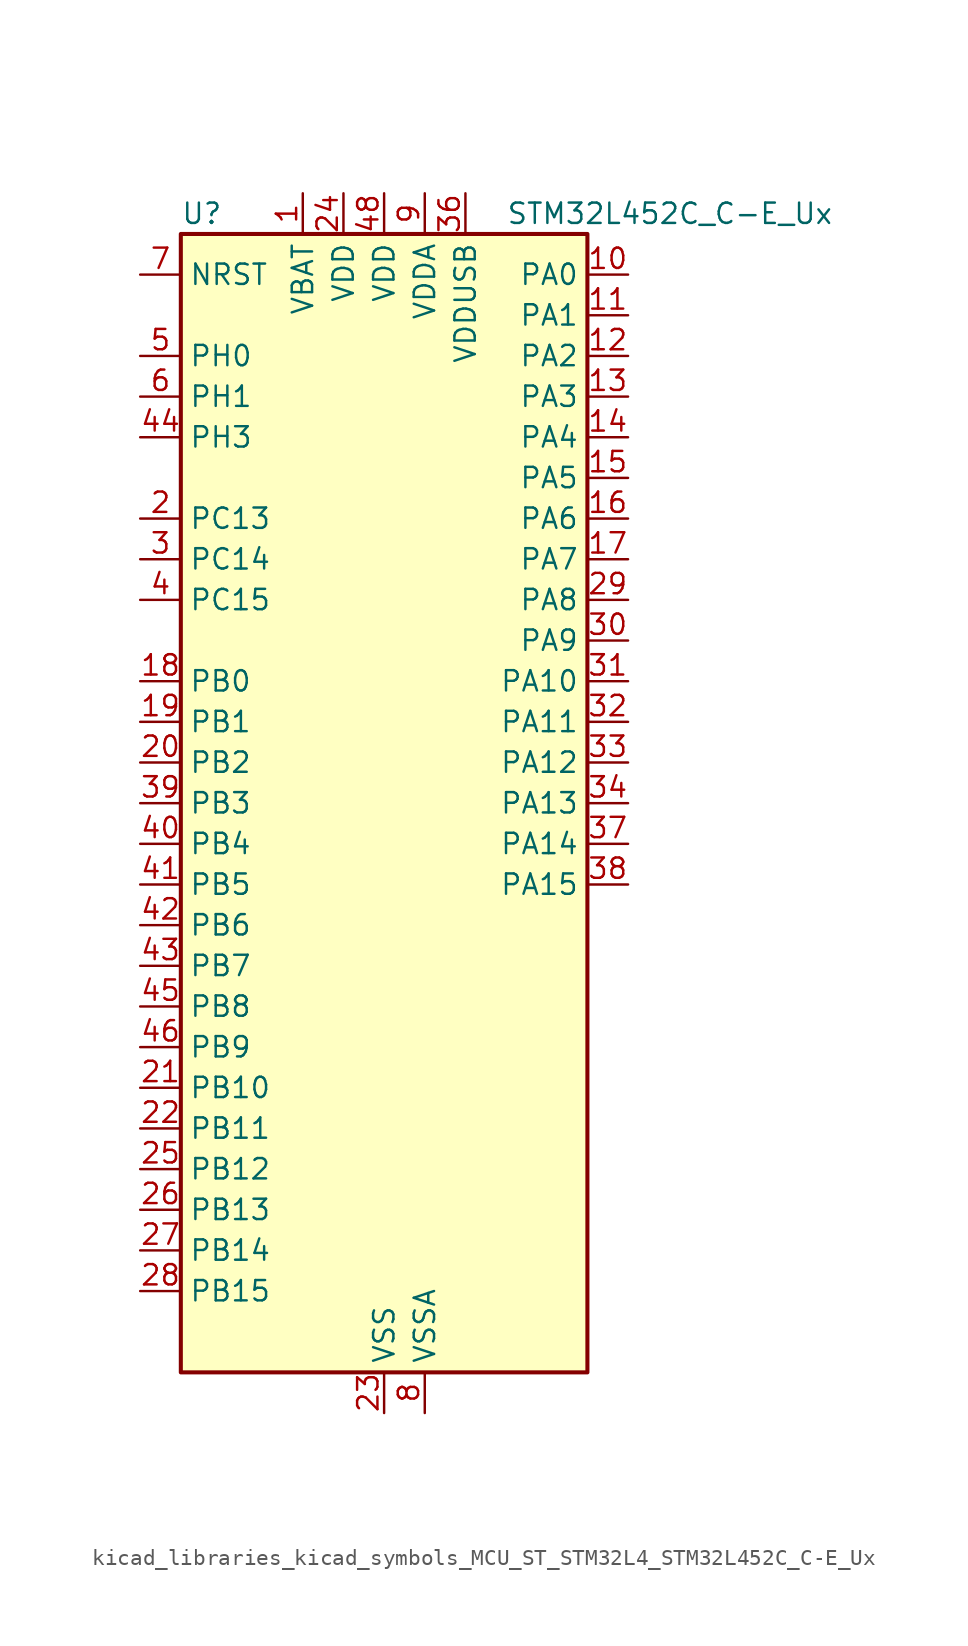
<source format=kicad_sym>
(kicad_symbol_lib
  (version 20220914)
  (generator kicad_symbol_editor)
  (symbol "kicad_libraries_kicad_symbols_MCU_ST_STM32L4_STM32L452C_C-E_Ux"
    (property "Reference" "U"
      (at -12.7 36.83 0)
      (effects (font (size 1.27 1.27)) (justify left)))
    (property "Value" "STM32L452C_C-E_Ux"
      (at 7.62 36.83 0)
      (effects (font (size 1.27 1.27)) (justify left)))
    (property "ki_locked" ""
      (at 0 0 0)
      (effects (font (size 1.27 1.27))))
    (symbol "kicad_libraries_kicad_symbols_MCU_ST_STM32L4_STM32L452C_C-E_Ux_0_1"
      (rectangle (start -12.7 -35.56) (end 12.7 35.56) (stroke (width 0.254) (type default)) (fill (type background))))
    (symbol "kicad_libraries_kicad_symbols_MCU_ST_STM32L4_STM32L452C_C-E_Ux_1_1"
      (pin power_in line (at -5.08 38.1 270) (length 2.54) (name "VBAT" (effects (font (size 1.27 1.27)))) (number "1" (effects (font (size 1.27 1.27)))))
      (pin bidirectional line (at 15.24 33.02 180) (length 2.54) (name "PA0" (effects (font (size 1.27 1.27)))) (number "10" (effects (font (size 1.27 1.27)))) (alternate "ADC1_IN5" bidirectional line) (alternate "COMP1_INM" bidirectional line) (alternate "COMP1_OUT" bidirectional line) (alternate "OPAMP1_VINP" bidirectional line) (alternate "RTC_TAMP2" bidirectional line) (alternate "SAI1_EXTCLK" bidirectional line) (alternate "SYS_WKUP1" bidirectional line) (alternate "TIM2_CH1" bidirectional line) (alternate "TIM2_ETR" bidirectional line) (alternate "UART4_TX" bidirectional line) (alternate "USART2_CTS" bidirectional line))
      (pin bidirectional line (at 15.24 30.48 180) (length 2.54) (name "PA1" (effects (font (size 1.27 1.27)))) (number "11" (effects (font (size 1.27 1.27)))) (alternate "ADC1_IN6" bidirectional line) (alternate "COMP1_INP" bidirectional line) (alternate "I2C1_SMBA" bidirectional line) (alternate "OPAMP1_VINM" bidirectional line) (alternate "SPI1_SCK" bidirectional line) (alternate "TIM15_CH1N" bidirectional line) (alternate "TIM2_CH2" bidirectional line) (alternate "UART4_RX" bidirectional line) (alternate "USART2_DE" bidirectional line) (alternate "USART2_RTS" bidirectional line))
      (pin bidirectional line (at 15.24 27.94 180) (length 2.54) (name "PA2" (effects (font (size 1.27 1.27)))) (number "12" (effects (font (size 1.27 1.27)))) (alternate "ADC1_IN7" bidirectional line) (alternate "COMP2_INM" bidirectional line) (alternate "COMP2_OUT" bidirectional line) (alternate "LPUART1_TX" bidirectional line) (alternate "QUADSPI_BK1_NCS" bidirectional line) (alternate "RCC_LSCO" bidirectional line) (alternate "SYS_WKUP4" bidirectional line) (alternate "TIM15_CH1" bidirectional line) (alternate "TIM2_CH3" bidirectional line) (alternate "USART2_TX" bidirectional line))
      (pin bidirectional line (at 15.24 25.4 180) (length 2.54) (name "PA3" (effects (font (size 1.27 1.27)))) (number "13" (effects (font (size 1.27 1.27)))) (alternate "ADC1_IN8" bidirectional line) (alternate "COMP2_INP" bidirectional line) (alternate "LPUART1_RX" bidirectional line) (alternate "OPAMP1_VOUT" bidirectional line) (alternate "QUADSPI_CLK" bidirectional line) (alternate "SAI1_MCLK_A" bidirectional line) (alternate "TIM15_CH2" bidirectional line) (alternate "TIM2_CH4" bidirectional line) (alternate "USART2_RX" bidirectional line))
      (pin bidirectional line (at 15.24 22.86 180) (length 2.54) (name "PA4" (effects (font (size 1.27 1.27)))) (number "14" (effects (font (size 1.27 1.27)))) (alternate "ADC1_IN9" bidirectional line) (alternate "COMP1_INM" bidirectional line) (alternate "COMP2_INM" bidirectional line) (alternate "DAC1_OUT1" bidirectional line) (alternate "LPTIM2_OUT" bidirectional line) (alternate "SAI1_FS_B" bidirectional line) (alternate "SPI1_NSS" bidirectional line) (alternate "SPI3_NSS" bidirectional line) (alternate "USART2_CK" bidirectional line))
      (pin bidirectional line (at 15.24 20.32 180) (length 2.54) (name "PA5" (effects (font (size 1.27 1.27)))) (number "15" (effects (font (size 1.27 1.27)))) (alternate "ADC1_IN10" bidirectional line) (alternate "COMP1_INM" bidirectional line) (alternate "COMP2_INM" bidirectional line) (alternate "DFSDM1_CKOUT" bidirectional line) (alternate "LPTIM2_ETR" bidirectional line) (alternate "SPI1_SCK" bidirectional line) (alternate "TIM2_CH1" bidirectional line) (alternate "TIM2_ETR" bidirectional line))
      (pin bidirectional line (at 15.24 17.78 180) (length 2.54) (name "PA6" (effects (font (size 1.27 1.27)))) (number "16" (effects (font (size 1.27 1.27)))) (alternate "ADC1_IN11" bidirectional line) (alternate "COMP1_OUT" bidirectional line) (alternate "LPUART1_CTS" bidirectional line) (alternate "QUADSPI_BK1_IO3" bidirectional line) (alternate "SPI1_MISO" bidirectional line) (alternate "TIM16_CH1" bidirectional line) (alternate "TIM1_BKIN" bidirectional line) (alternate "TIM1_BKIN_COMP2" bidirectional line) (alternate "TIM3_CH1" bidirectional line) (alternate "USART3_CTS" bidirectional line))
      (pin bidirectional line (at 15.24 15.24 180) (length 2.54) (name "PA7" (effects (font (size 1.27 1.27)))) (number "17" (effects (font (size 1.27 1.27)))) (alternate "ADC1_IN12" bidirectional line) (alternate "COMP2_OUT" bidirectional line) (alternate "DFSDM1_DATIN0" bidirectional line) (alternate "I2C3_SCL" bidirectional line) (alternate "QUADSPI_BK1_IO2" bidirectional line) (alternate "SPI1_MOSI" bidirectional line) (alternate "TIM1_CH1N" bidirectional line) (alternate "TIM3_CH2" bidirectional line))
      (pin bidirectional line (at -15.24 7.62 0) (length 2.54) (name "PB0" (effects (font (size 1.27 1.27)))) (number "18" (effects (font (size 1.27 1.27)))) (alternate "ADC1_IN15" bidirectional line) (alternate "COMP1_OUT" bidirectional line) (alternate "DFSDM1_CKIN0" bidirectional line) (alternate "QUADSPI_BK1_IO1" bidirectional line) (alternate "SAI1_EXTCLK" bidirectional line) (alternate "SPI1_NSS" bidirectional line) (alternate "TIM1_CH2N" bidirectional line) (alternate "TIM3_CH3" bidirectional line) (alternate "USART3_CK" bidirectional line))
      (pin bidirectional line (at -15.24 5.08 0) (length 2.54) (name "PB1" (effects (font (size 1.27 1.27)))) (number "19" (effects (font (size 1.27 1.27)))) (alternate "ADC1_IN16" bidirectional line) (alternate "COMP1_INM" bidirectional line) (alternate "DFSDM1_DATIN0" bidirectional line) (alternate "LPTIM2_IN1" bidirectional line) (alternate "LPUART1_DE" bidirectional line) (alternate "LPUART1_RTS" bidirectional line) (alternate "QUADSPI_BK1_IO0" bidirectional line) (alternate "TIM1_CH3N" bidirectional line) (alternate "TIM3_CH4" bidirectional line) (alternate "USART3_DE" bidirectional line) (alternate "USART3_RTS" bidirectional line))
      (pin bidirectional line (at -15.24 17.78 0) (length 2.54) (name "PC13" (effects (font (size 1.27 1.27)))) (number "2" (effects (font (size 1.27 1.27)))) (alternate "RTC_OUT_ALARM" bidirectional line) (alternate "RTC_OUT_CALIB" bidirectional line) (alternate "RTC_TAMP1" bidirectional line) (alternate "RTC_TS" bidirectional line) (alternate "SYS_WKUP2" bidirectional line))
      (pin bidirectional line (at -15.24 2.54 0) (length 2.54) (name "PB2" (effects (font (size 1.27 1.27)))) (number "20" (effects (font (size 1.27 1.27)))) (alternate "COMP1_INP" bidirectional line) (alternate "DFSDM1_CKIN0" bidirectional line) (alternate "I2C3_SMBA" bidirectional line) (alternate "LPTIM1_OUT" bidirectional line) (alternate "RTC_OUT_ALARM" bidirectional line) (alternate "RTC_OUT_CALIB" bidirectional line))
      (pin bidirectional line (at -15.24 -17.78 0) (length 2.54) (name "PB10" (effects (font (size 1.27 1.27)))) (number "21" (effects (font (size 1.27 1.27)))) (alternate "COMP1_OUT" bidirectional line) (alternate "I2C2_SCL" bidirectional line) (alternate "I2C4_SCL" bidirectional line) (alternate "LPUART1_RX" bidirectional line) (alternate "QUADSPI_CLK" bidirectional line) (alternate "SAI1_SCK_A" bidirectional line) (alternate "SPI2_SCK" bidirectional line) (alternate "TIM2_CH3" bidirectional line) (alternate "TSC_SYNC" bidirectional line) (alternate "USART3_TX" bidirectional line))
      (pin bidirectional line (at -15.24 -20.32 0) (length 2.54) (name "PB11" (effects (font (size 1.27 1.27)))) (number "22" (effects (font (size 1.27 1.27)))) (alternate "ADC1_EXTI11" bidirectional line) (alternate "COMP2_OUT" bidirectional line) (alternate "I2C2_SDA" bidirectional line) (alternate "I2C4_SDA" bidirectional line) (alternate "LPUART1_TX" bidirectional line) (alternate "QUADSPI_BK1_NCS" bidirectional line) (alternate "TIM2_CH4" bidirectional line) (alternate "USART3_RX" bidirectional line))
      (pin power_in line (at 0 -38.1 90) (length 2.54) (name "VSS" (effects (font (size 1.27 1.27)))) (number "23" (effects (font (size 1.27 1.27)))))
      (pin power_in line (at -2.54 38.1 270) (length 2.54) (name "VDD" (effects (font (size 1.27 1.27)))) (number "24" (effects (font (size 1.27 1.27)))))
      (pin bidirectional line (at -15.24 -22.86 0) (length 2.54) (name "PB12" (effects (font (size 1.27 1.27)))) (number "25" (effects (font (size 1.27 1.27)))) (alternate "CAN1_RX" bidirectional line) (alternate "DFSDM1_DATIN1" bidirectional line) (alternate "I2C2_SMBA" bidirectional line) (alternate "LPUART1_DE" bidirectional line) (alternate "LPUART1_RTS" bidirectional line) (alternate "SAI1_FS_A" bidirectional line) (alternate "SPI2_NSS" bidirectional line) (alternate "TIM15_BKIN" bidirectional line) (alternate "TIM1_BKIN" bidirectional line) (alternate "TIM1_BKIN_COMP2" bidirectional line) (alternate "TSC_G1_IO1" bidirectional line) (alternate "USART3_CK" bidirectional line))
      (pin bidirectional line (at -15.24 -25.4 0) (length 2.54) (name "PB13" (effects (font (size 1.27 1.27)))) (number "26" (effects (font (size 1.27 1.27)))) (alternate "CAN1_TX" bidirectional line) (alternate "DFSDM1_CKIN1" bidirectional line) (alternate "I2C2_SCL" bidirectional line) (alternate "LPUART1_CTS" bidirectional line) (alternate "SAI1_SCK_A" bidirectional line) (alternate "SPI2_SCK" bidirectional line) (alternate "TIM15_CH1N" bidirectional line) (alternate "TIM1_CH1N" bidirectional line) (alternate "TSC_G1_IO2" bidirectional line) (alternate "USART3_CTS" bidirectional line))
      (pin bidirectional line (at -15.24 -27.94 0) (length 2.54) (name "PB14" (effects (font (size 1.27 1.27)))) (number "27" (effects (font (size 1.27 1.27)))) (alternate "DFSDM1_DATIN2" bidirectional line) (alternate "I2C2_SDA" bidirectional line) (alternate "SAI1_MCLK_A" bidirectional line) (alternate "SPI2_MISO" bidirectional line) (alternate "TIM15_CH1" bidirectional line) (alternate "TIM1_CH2N" bidirectional line) (alternate "TSC_G1_IO3" bidirectional line) (alternate "USART3_DE" bidirectional line) (alternate "USART3_RTS" bidirectional line))
      (pin bidirectional line (at -15.24 -30.48 0) (length 2.54) (name "PB15" (effects (font (size 1.27 1.27)))) (number "28" (effects (font (size 1.27 1.27)))) (alternate "ADC1_EXTI15" bidirectional line) (alternate "DFSDM1_CKIN2" bidirectional line) (alternate "RTC_REFIN" bidirectional line) (alternate "SAI1_SD_A" bidirectional line) (alternate "SPI2_MOSI" bidirectional line) (alternate "TIM15_CH2" bidirectional line) (alternate "TIM1_CH3N" bidirectional line) (alternate "TSC_G1_IO4" bidirectional line))
      (pin bidirectional line (at 15.24 12.7 180) (length 2.54) (name "PA8" (effects (font (size 1.27 1.27)))) (number "29" (effects (font (size 1.27 1.27)))) (alternate "DFSDM1_CKIN1" bidirectional line) (alternate "LPTIM2_OUT" bidirectional line) (alternate "RCC_MCO" bidirectional line) (alternate "SAI1_SCK_A" bidirectional line) (alternate "TIM1_CH1" bidirectional line) (alternate "USART1_CK" bidirectional line))
      (pin bidirectional line (at -15.24 15.24 0) (length 2.54) (name "PC14" (effects (font (size 1.27 1.27)))) (number "3" (effects (font (size 1.27 1.27)))) (alternate "RCC_OSC32_IN" bidirectional line))
      (pin bidirectional line (at 15.24 10.16 180) (length 2.54) (name "PA9" (effects (font (size 1.27 1.27)))) (number "30" (effects (font (size 1.27 1.27)))) (alternate "DAC1_EXTI9" bidirectional line) (alternate "DFSDM1_DATIN1" bidirectional line) (alternate "I2C1_SCL" bidirectional line) (alternate "SAI1_FS_A" bidirectional line) (alternate "TIM15_BKIN" bidirectional line) (alternate "TIM1_CH2" bidirectional line) (alternate "USART1_TX" bidirectional line))
      (pin bidirectional line (at 15.24 7.62 180) (length 2.54) (name "PA10" (effects (font (size 1.27 1.27)))) (number "31" (effects (font (size 1.27 1.27)))) (alternate "CRS_SYNC" bidirectional line) (alternate "I2C1_SDA" bidirectional line) (alternate "SAI1_SD_A" bidirectional line) (alternate "TIM1_CH3" bidirectional line) (alternate "USART1_RX" bidirectional line))
      (pin bidirectional line (at 15.24 5.08 180) (length 2.54) (name "PA11" (effects (font (size 1.27 1.27)))) (number "32" (effects (font (size 1.27 1.27)))) (alternate "ADC1_EXTI11" bidirectional line) (alternate "CAN1_RX" bidirectional line) (alternate "COMP1_OUT" bidirectional line) (alternate "SPI1_MISO" bidirectional line) (alternate "TIM1_BKIN2" bidirectional line) (alternate "TIM1_BKIN2_COMP1" bidirectional line) (alternate "TIM1_CH4" bidirectional line) (alternate "USART1_CTS" bidirectional line) (alternate "USB_DM" bidirectional line))
      (pin bidirectional line (at 15.24 2.54 180) (length 2.54) (name "PA12" (effects (font (size 1.27 1.27)))) (number "33" (effects (font (size 1.27 1.27)))) (alternate "CAN1_TX" bidirectional line) (alternate "SPI1_MOSI" bidirectional line) (alternate "TIM1_ETR" bidirectional line) (alternate "USART1_DE" bidirectional line) (alternate "USART1_RTS" bidirectional line) (alternate "USB_DP" bidirectional line))
      (pin bidirectional line (at 15.24 0 180) (length 2.54) (name "PA13" (effects (font (size 1.27 1.27)))) (number "34" (effects (font (size 1.27 1.27)))) (alternate "IR_OUT" bidirectional line) (alternate "SAI1_SD_B" bidirectional line) (alternate "SYS_JTMS-SWDIO" bidirectional line) (alternate "USB_NOE" bidirectional line))
      (pin passive line (at 0 -38.1 90) (length 2.54) hide (name "VSS" (effects (font (size 1.27 1.27)))) (number "35" (effects (font (size 1.27 1.27)))))
      (pin power_in line (at 5.08 38.1 270) (length 2.54) (name "VDDUSB" (effects (font (size 1.27 1.27)))) (number "36" (effects (font (size 1.27 1.27)))))
      (pin bidirectional line (at 15.24 -2.54 180) (length 2.54) (name "PA14" (effects (font (size 1.27 1.27)))) (number "37" (effects (font (size 1.27 1.27)))) (alternate "I2C1_SMBA" bidirectional line) (alternate "I2C4_SMBA" bidirectional line) (alternate "LPTIM1_OUT" bidirectional line) (alternate "SAI1_FS_B" bidirectional line) (alternate "SYS_JTCK-SWCLK" bidirectional line))
      (pin bidirectional line (at 15.24 -5.08 180) (length 2.54) (name "PA15" (effects (font (size 1.27 1.27)))) (number "38" (effects (font (size 1.27 1.27)))) (alternate "ADC1_EXTI15" bidirectional line) (alternate "SPI1_NSS" bidirectional line) (alternate "SPI3_NSS" bidirectional line) (alternate "SYS_JTDI" bidirectional line) (alternate "TIM2_CH1" bidirectional line) (alternate "TIM2_ETR" bidirectional line) (alternate "UART4_DE" bidirectional line) (alternate "UART4_RTS" bidirectional line) (alternate "USART2_RX" bidirectional line) (alternate "USART3_DE" bidirectional line) (alternate "USART3_RTS" bidirectional line))
      (pin bidirectional line (at -15.24 0 0) (length 2.54) (name "PB3" (effects (font (size 1.27 1.27)))) (number "39" (effects (font (size 1.27 1.27)))) (alternate "COMP2_INM" bidirectional line) (alternate "SAI1_SCK_B" bidirectional line) (alternate "SPI1_SCK" bidirectional line) (alternate "SPI3_SCK" bidirectional line) (alternate "SYS_JTDO-SWO" bidirectional line) (alternate "TIM2_CH2" bidirectional line) (alternate "USART1_DE" bidirectional line) (alternate "USART1_RTS" bidirectional line))
      (pin bidirectional line (at -15.24 12.7 0) (length 2.54) (name "PC15" (effects (font (size 1.27 1.27)))) (number "4" (effects (font (size 1.27 1.27)))) (alternate "ADC1_EXTI15" bidirectional line) (alternate "RCC_OSC32_OUT" bidirectional line))
      (pin bidirectional line (at -15.24 -2.54 0) (length 2.54) (name "PB4" (effects (font (size 1.27 1.27)))) (number "40" (effects (font (size 1.27 1.27)))) (alternate "COMP2_INP" bidirectional line) (alternate "I2C3_SDA" bidirectional line) (alternate "SAI1_MCLK_B" bidirectional line) (alternate "SPI1_MISO" bidirectional line) (alternate "SPI3_MISO" bidirectional line) (alternate "SYS_JTRST" bidirectional line) (alternate "TIM3_CH1" bidirectional line) (alternate "TSC_G2_IO1" bidirectional line) (alternate "USART1_CTS" bidirectional line))
      (pin bidirectional line (at -15.24 -5.08 0) (length 2.54) (name "PB5" (effects (font (size 1.27 1.27)))) (number "41" (effects (font (size 1.27 1.27)))) (alternate "CAN1_RX" bidirectional line) (alternate "COMP2_OUT" bidirectional line) (alternate "I2C1_SMBA" bidirectional line) (alternate "LPTIM1_IN1" bidirectional line) (alternate "SAI1_SD_B" bidirectional line) (alternate "SPI1_MOSI" bidirectional line) (alternate "SPI3_MOSI" bidirectional line) (alternate "TIM16_BKIN" bidirectional line) (alternate "TIM3_CH2" bidirectional line) (alternate "TSC_G2_IO2" bidirectional line) (alternate "USART1_CK" bidirectional line))
      (pin bidirectional line (at -15.24 -7.62 0) (length 2.54) (name "PB6" (effects (font (size 1.27 1.27)))) (number "42" (effects (font (size 1.27 1.27)))) (alternate "CAN1_TX" bidirectional line) (alternate "COMP2_INP" bidirectional line) (alternate "I2C1_SCL" bidirectional line) (alternate "I2C4_SCL" bidirectional line) (alternate "LPTIM1_ETR" bidirectional line) (alternate "SAI1_FS_B" bidirectional line) (alternate "TIM16_CH1N" bidirectional line) (alternate "TSC_G2_IO3" bidirectional line) (alternate "USART1_TX" bidirectional line))
      (pin bidirectional line (at -15.24 -10.16 0) (length 2.54) (name "PB7" (effects (font (size 1.27 1.27)))) (number "43" (effects (font (size 1.27 1.27)))) (alternate "COMP2_INM" bidirectional line) (alternate "I2C1_SDA" bidirectional line) (alternate "I2C4_SDA" bidirectional line) (alternate "LPTIM1_IN2" bidirectional line) (alternate "SYS_PVD_IN" bidirectional line) (alternate "TSC_G2_IO4" bidirectional line) (alternate "UART4_CTS" bidirectional line) (alternate "USART1_RX" bidirectional line))
      (pin bidirectional line (at -15.24 22.86 0) (length 2.54) (name "PH3" (effects (font (size 1.27 1.27)))) (number "44" (effects (font (size 1.27 1.27)))))
      (pin bidirectional line (at -15.24 -12.7 0) (length 2.54) (name "PB8" (effects (font (size 1.27 1.27)))) (number "45" (effects (font (size 1.27 1.27)))) (alternate "CAN1_RX" bidirectional line) (alternate "I2C1_SCL" bidirectional line) (alternate "SAI1_MCLK_A" bidirectional line) (alternate "TIM16_CH1" bidirectional line))
      (pin bidirectional line (at -15.24 -15.24 0) (length 2.54) (name "PB9" (effects (font (size 1.27 1.27)))) (number "46" (effects (font (size 1.27 1.27)))) (alternate "CAN1_TX" bidirectional line) (alternate "DAC1_EXTI9" bidirectional line) (alternate "I2C1_SDA" bidirectional line) (alternate "IR_OUT" bidirectional line) (alternate "SAI1_FS_A" bidirectional line) (alternate "SPI2_NSS" bidirectional line))
      (pin passive line (at 0 -38.1 90) (length 2.54) hide (name "VSS" (effects (font (size 1.27 1.27)))) (number "47" (effects (font (size 1.27 1.27)))))
      (pin power_in line (at 0 38.1 270) (length 2.54) (name "VDD" (effects (font (size 1.27 1.27)))) (number "48" (effects (font (size 1.27 1.27)))))
      (pin passive line (at 0 -38.1 90) (length 2.54) hide (name "VSS" (effects (font (size 1.27 1.27)))) (number "49" (effects (font (size 1.27 1.27)))))
      (pin bidirectional line (at -15.24 27.94 0) (length 2.54) (name "PH0" (effects (font (size 1.27 1.27)))) (number "5" (effects (font (size 1.27 1.27)))) (alternate "RCC_OSC_IN" bidirectional line))
      (pin bidirectional line (at -15.24 25.4 0) (length 2.54) (name "PH1" (effects (font (size 1.27 1.27)))) (number "6" (effects (font (size 1.27 1.27)))) (alternate "RCC_OSC_OUT" bidirectional line))
      (pin input line (at -15.24 33.02 0) (length 2.54) (name "NRST" (effects (font (size 1.27 1.27)))) (number "7" (effects (font (size 1.27 1.27)))))
      (pin power_in line (at 2.54 -38.1 90) (length 2.54) (name "VSSA" (effects (font (size 1.27 1.27)))) (number "8" (effects (font (size 1.27 1.27)))))
      (pin power_in line (at 2.54 38.1 270) (length 2.54) (name "VDDA" (effects (font (size 1.27 1.27)))) (number "9" (effects (font (size 1.27 1.27))))))))
</source>
